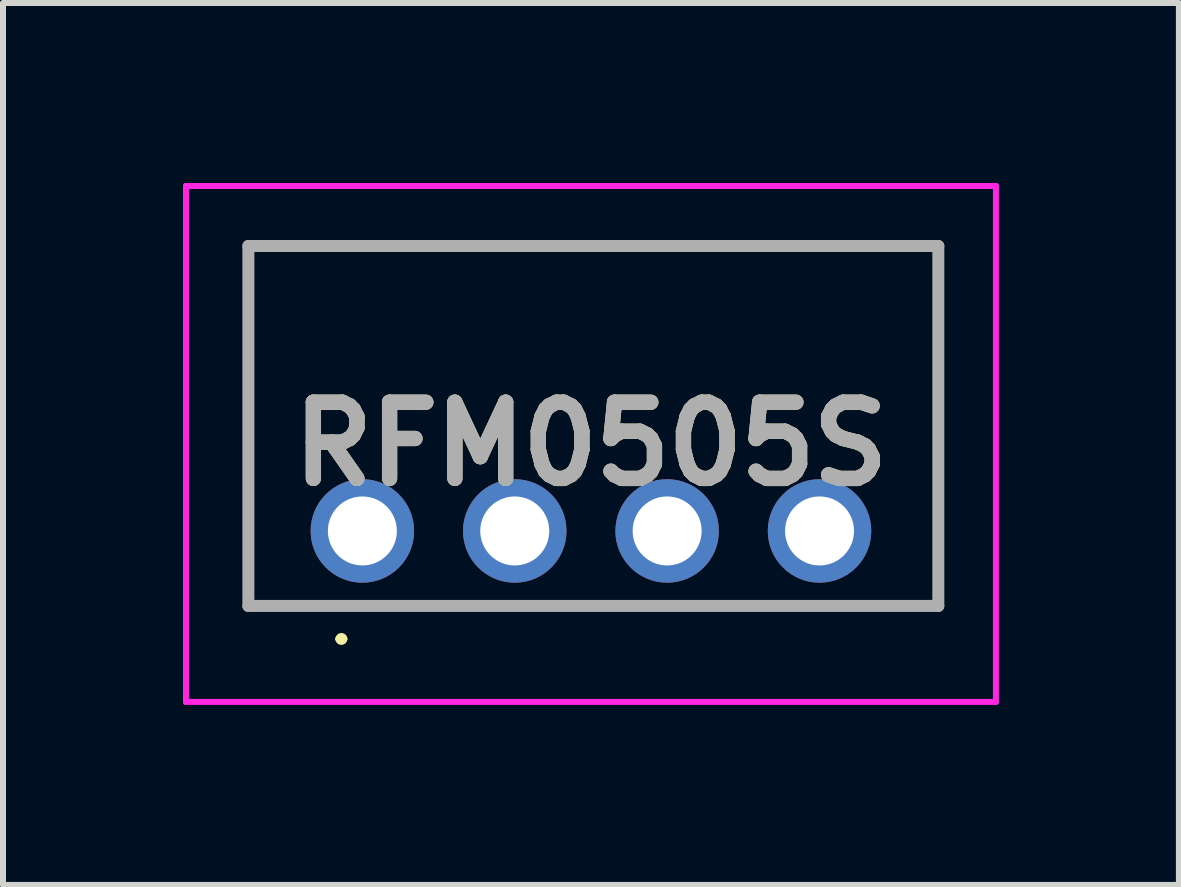
<source format=kicad_pcb>
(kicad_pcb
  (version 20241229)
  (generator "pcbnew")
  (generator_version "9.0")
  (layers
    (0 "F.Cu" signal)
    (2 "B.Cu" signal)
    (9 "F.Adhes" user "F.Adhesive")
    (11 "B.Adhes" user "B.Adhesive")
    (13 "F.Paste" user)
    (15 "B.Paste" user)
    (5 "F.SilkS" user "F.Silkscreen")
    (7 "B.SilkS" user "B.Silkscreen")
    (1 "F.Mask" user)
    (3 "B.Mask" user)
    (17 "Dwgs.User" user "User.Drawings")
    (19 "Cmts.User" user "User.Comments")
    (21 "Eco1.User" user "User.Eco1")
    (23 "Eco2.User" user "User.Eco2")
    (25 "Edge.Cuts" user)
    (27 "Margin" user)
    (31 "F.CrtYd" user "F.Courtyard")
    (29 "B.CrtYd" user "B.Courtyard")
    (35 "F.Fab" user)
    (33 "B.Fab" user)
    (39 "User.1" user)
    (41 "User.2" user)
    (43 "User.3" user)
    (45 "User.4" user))
  (footprint "RFM0505S"
    (layer "F.Cu")
    (at 2.99 5.8)
    (property "Reference" "RFM0505S" (at 3.81 -1.45 0) (layer "F.SilkS") (effects (font (size 1.27 1.27) (thickness 0.254))))
    (attr through_hole)
    (fp_line (start -1.9 -4.75) (end 9.6 -4.75) (stroke (width 0.1) (type solid)) (layer "F.SilkS"))
    (fp_line (start -1.9 1.25) (end -1.9 -4.75) (stroke (width 0.1) (type solid)) (layer "F.SilkS"))
    (fp_line (start -0.4 1.8) (end -0.4 1.8) (stroke (width 0.1) (type solid)) (layer "F.SilkS"))
    (fp_line (start -0.3 1.8) (end -0.3 1.8) (stroke (width 0.1) (type solid)) (layer "F.SilkS"))
    (fp_line (start 9.6 -4.75) (end 9.6 1.25) (stroke (width 0.1) (type solid)) (layer "F.SilkS"))
    (fp_line (start 9.6 1.25) (end -1.9 1.25) (stroke (width 0.1) (type solid)) (layer "F.SilkS"))
    (fp_arc (start -0.4 1.8) (mid -0.35 1.75) (end -0.3 1.8) (stroke (width 0.1) (type solid)) (layer "F.SilkS"))
    (fp_arc (start -0.3 1.8) (mid -0.35 1.85) (end -0.4 1.8) (stroke (width 0.1) (type solid)) (layer "F.SilkS"))
    (fp_line (start -2.94 -5.75) (end 10.56 -5.75) (stroke (width 0.1) (type solid)) (layer "F.CrtYd"))
    (fp_line (start -2.94 2.85) (end -2.94 -5.75) (stroke (width 0.1) (type solid)) (layer "F.CrtYd"))
    (fp_line (start 10.56 -5.75) (end 10.56 2.85) (stroke (width 0.1) (type solid)) (layer "F.CrtYd"))
    (fp_line (start 10.56 2.85) (end -2.94 2.85) (stroke (width 0.1) (type solid)) (layer "F.CrtYd"))
    (fp_line (start -1.9 -4.75) (end 9.6 -4.75) (stroke (width 0.2) (type solid)) (layer "F.Fab"))
    (fp_line (start -1.9 1.25) (end -1.9 -4.75) (stroke (width 0.2) (type solid)) (layer "F.Fab"))
    (fp_line (start 9.6 -4.75) (end 9.6 1.25) (stroke (width 0.2) (type solid)) (layer "F.Fab"))
    (fp_line (start 9.6 1.25) (end -1.9 1.25) (stroke (width 0.2) (type solid)) (layer "F.Fab"))
    (fp_text user "${REFERENCE}" (at 3.81 -1.45 0) (layer "F.Fab") (effects (font (size 1.27 1.27) (thickness 0.254))))
    (pad "1" thru_hole circle (at 0 0) (size 1.725 1.725) (drill 1.15) (layers "*.Cu" "*.Mask"))
    (pad "2" thru_hole circle (at 2.54 0) (size 1.725 1.725) (drill 1.15) (layers "*.Cu" "*.Mask"))
    (pad "3" thru_hole circle (at 5.08 0) (size 1.725 1.725) (drill 1.15) (layers "*.Cu" "*.Mask"))
    (pad "4" thru_hole circle (at 7.62 0) (size 1.725 1.725) (drill 1.15) (layers "*.Cu" "*.Mask")))
  (gr_rect
    (start -3 -3)
    (end 16.6 11.7)
    (stroke (width 0.1) (type default))
    (fill no)
    (layer "Edge.Cuts")))
</source>
